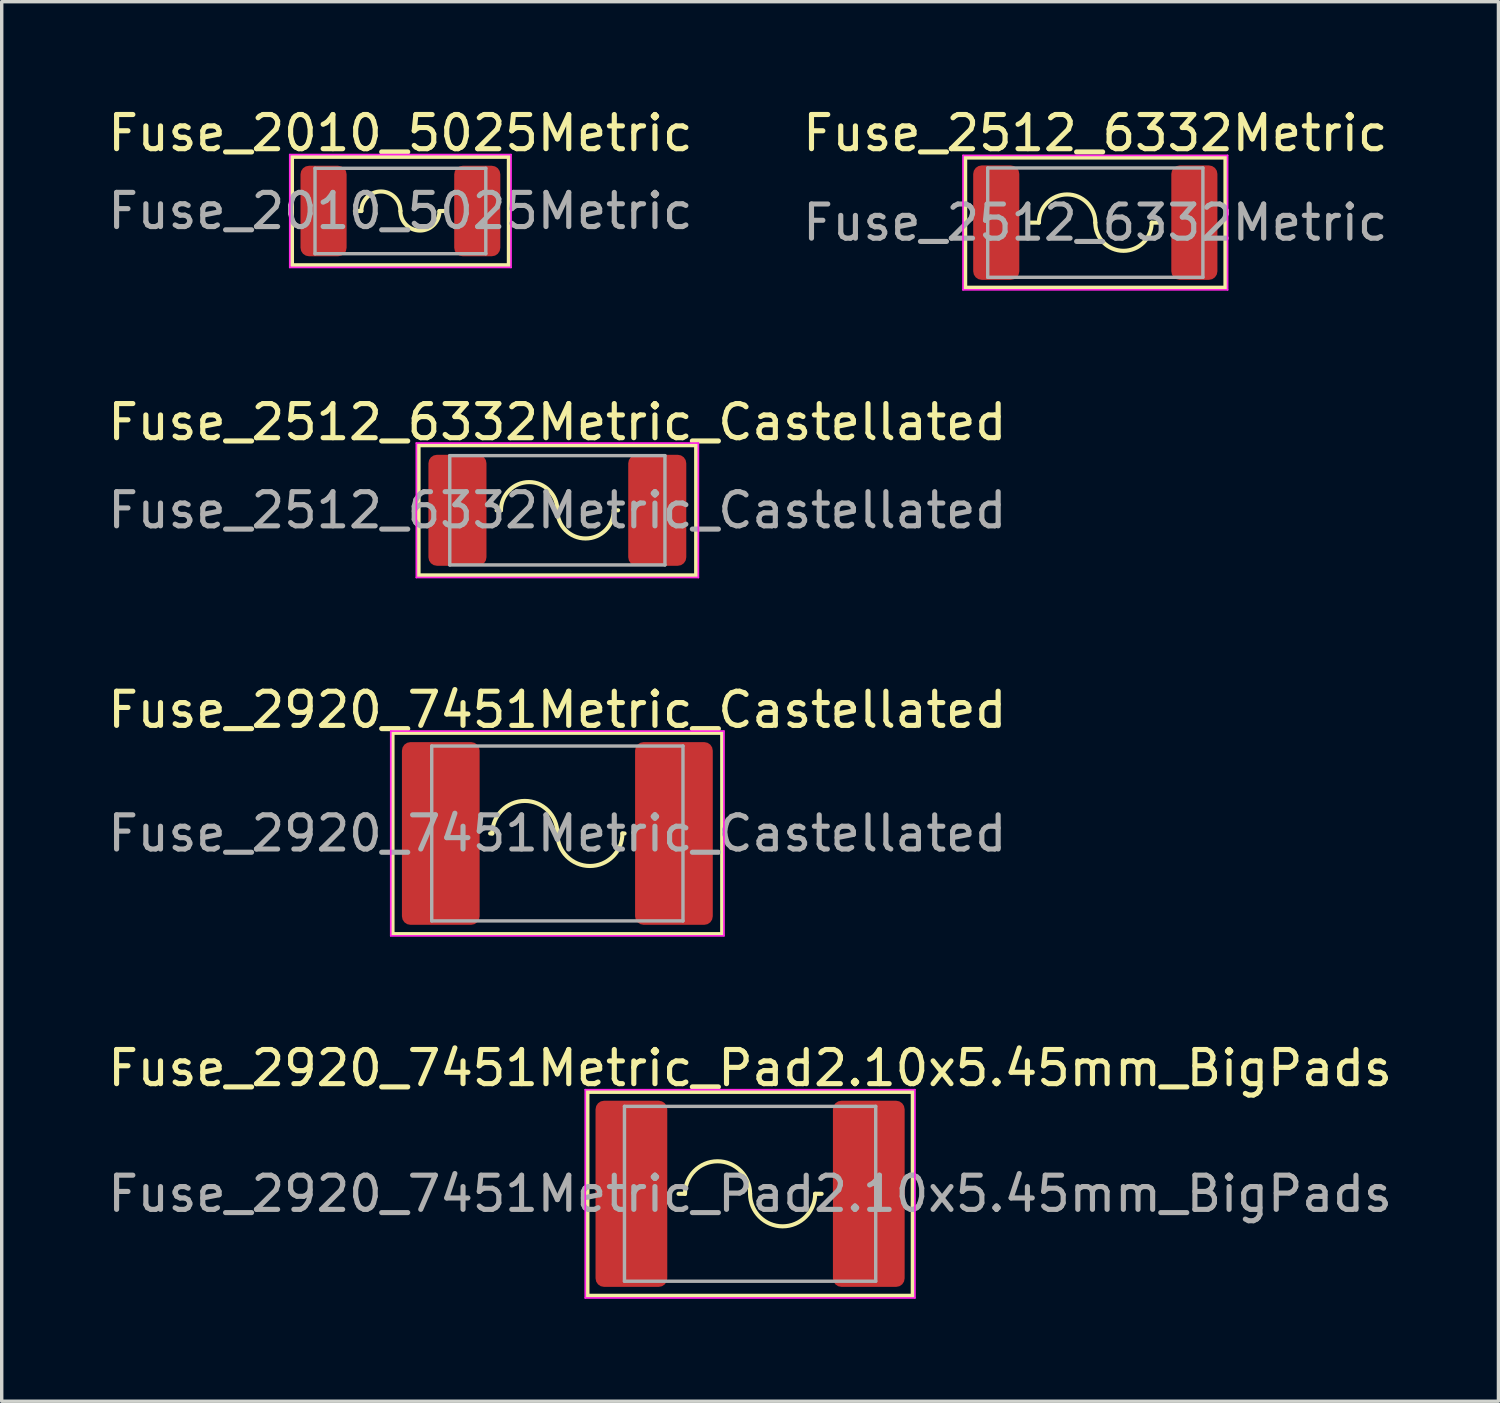
<source format=kicad_pcb>
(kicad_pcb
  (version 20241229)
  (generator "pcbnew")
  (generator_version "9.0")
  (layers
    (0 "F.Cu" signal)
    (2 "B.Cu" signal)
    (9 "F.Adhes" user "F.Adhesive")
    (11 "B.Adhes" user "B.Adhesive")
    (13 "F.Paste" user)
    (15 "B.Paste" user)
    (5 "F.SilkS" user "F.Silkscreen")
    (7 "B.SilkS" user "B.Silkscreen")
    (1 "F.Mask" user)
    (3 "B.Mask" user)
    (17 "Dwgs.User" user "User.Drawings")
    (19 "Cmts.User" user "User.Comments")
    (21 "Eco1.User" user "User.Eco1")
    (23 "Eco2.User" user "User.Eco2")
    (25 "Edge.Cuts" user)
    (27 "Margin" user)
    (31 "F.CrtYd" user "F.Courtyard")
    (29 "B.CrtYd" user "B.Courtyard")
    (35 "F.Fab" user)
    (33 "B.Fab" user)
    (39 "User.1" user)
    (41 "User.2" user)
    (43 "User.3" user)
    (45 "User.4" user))
  (footprint "Fuse_2512_6332Metric"
    (layer "F.Cu")
    (at 29.018 3.468)
    (property "Reference" "Fuse_2512_6332Metric" (at 0 -2.62 0) (layer "F.SilkS") (effects (font (size 1 1) (thickness 0.15))))
    (attr smd)
    (fp_line (start -3.81 -1.905) (end 3.81 -1.905) (stroke (width 0.12) (type solid)) (layer "F.SilkS"))
    (fp_line (start -3.81 1.905) (end -3.81 -1.905) (stroke (width 0.12) (type solid)) (layer "F.SilkS"))
    (fp_line (start -1.651 0) (end -1.905 0) (stroke (width 0.12) (type solid)) (layer "F.SilkS"))
    (fp_line (start 1.905 0) (end 1.651 0) (stroke (width 0.12) (type solid)) (layer "F.SilkS"))
    (fp_line (start 3.81 -1.905) (end 3.81 1.905) (stroke (width 0.12) (type solid)) (layer "F.SilkS"))
    (fp_line (start 3.81 1.905) (end -3.81 1.905) (stroke (width 0.12) (type solid)) (layer "F.SilkS"))
    (fp_arc (start -1.651 0) (mid -0.8255 -0.8255) (end 0 0) (stroke (width 0.12) (type solid)) (layer "F.SilkS"))
    (fp_arc (start 1.651 0) (mid 0.8255 0.8255) (end 0 0) (stroke (width 0.12) (type solid)) (layer "F.SilkS"))
    (fp_line (start -3.873 -1.968) (end 3.873 -1.968) (stroke (width 0.05) (type solid)) (layer "F.CrtYd"))
    (fp_line (start -3.873 1.968) (end -3.873 -1.968) (stroke (width 0.05) (type solid)) (layer "F.CrtYd"))
    (fp_line (start 3.873 -1.968) (end 3.873 1.968) (stroke (width 0.05) (type solid)) (layer "F.CrtYd"))
    (fp_line (start 3.873 1.968) (end -3.873 1.968) (stroke (width 0.05) (type solid)) (layer "F.CrtYd"))
    (fp_line (start -3.15 -1.6) (end 3.15 -1.6) (stroke (width 0.1) (type solid)) (layer "F.Fab"))
    (fp_line (start -3.15 1.6) (end -3.15 -1.6) (stroke (width 0.1) (type solid)) (layer "F.Fab"))
    (fp_line (start 3.15 -1.6) (end 3.15 1.6) (stroke (width 0.1) (type solid)) (layer "F.Fab"))
    (fp_line (start 3.15 1.6) (end -3.15 1.6) (stroke (width 0.1) (type solid)) (layer "F.Fab"))
    (fp_text user "${REFERENCE}" (at 0 0 0) (layer "F.Fab") (effects (font (size 1 1) (thickness 0.15))))
    (pad "1" smd roundrect (at -2.9 0) (size 1.35 3.35) (layers "F.Cu" "F.Mask" "F.Paste") (roundrect_rratio 0.185))
    (pad "2" smd roundrect (at 2.9 0) (size 1.35 3.35) (layers "F.Cu" "F.Mask" "F.Paste") (roundrect_rratio 0.185)))
  (footprint "Fuse_2512_6332Metric_Castellated"
    (layer "F.Cu")
    (at 13.268 11.89)
    (property "Reference" "Fuse_2512_6332Metric_Castellated" (at 0 -2.58 0) (layer "F.SilkS") (effects (font (size 1 1) (thickness 0.15))))
    (attr smd)
    (fp_line (start -4.064 -1.905) (end 4.064 -1.905) (stroke (width 0.12) (type solid)) (layer "F.SilkS"))
    (fp_line (start -4.064 1.905) (end -4.064 -1.905) (stroke (width 0.12) (type solid)) (layer "F.SilkS"))
    (fp_line (start -1.651 0) (end -1.778 0) (stroke (width 0.12) (type solid)) (layer "F.SilkS"))
    (fp_line (start 1.778 0) (end 1.651 0) (stroke (width 0.12) (type solid)) (layer "F.SilkS"))
    (fp_line (start 4.064 -1.905) (end 4.064 1.905) (stroke (width 0.12) (type solid)) (layer "F.SilkS"))
    (fp_line (start 4.064 1.905) (end -4.064 1.905) (stroke (width 0.12) (type solid)) (layer "F.SilkS"))
    (fp_arc (start -1.651 0) (mid -0.8255 -0.8255) (end 0 0) (stroke (width 0.12) (type solid)) (layer "F.SilkS"))
    (fp_arc (start 1.651 0) (mid 0.8255 0.8255) (end 0 0) (stroke (width 0.12) (type solid)) (layer "F.SilkS"))
    (fp_line (start -4.128 -1.968) (end 4.128 -1.968) (stroke (width 0.05) (type solid)) (layer "F.CrtYd"))
    (fp_line (start -4.128 1.968) (end -4.128 -1.968) (stroke (width 0.05) (type solid)) (layer "F.CrtYd"))
    (fp_line (start 4.128 -1.968) (end 4.128 1.968) (stroke (width 0.05) (type solid)) (layer "F.CrtYd"))
    (fp_line (start 4.128 1.968) (end -4.128 1.968) (stroke (width 0.05) (type solid)) (layer "F.CrtYd"))
    (fp_line (start -3.15 -1.6) (end 3.15 -1.6) (stroke (width 0.1) (type solid)) (layer "F.Fab"))
    (fp_line (start -3.15 1.6) (end -3.15 -1.6) (stroke (width 0.1) (type solid)) (layer "F.Fab"))
    (fp_line (start 3.15 -1.6) (end 3.15 1.6) (stroke (width 0.1) (type solid)) (layer "F.Fab"))
    (fp_line (start 3.15 1.6) (end -3.15 1.6) (stroke (width 0.1) (type solid)) (layer "F.Fab"))
    (fp_text user "${REFERENCE}" (at 0 0 0) (layer "F.Fab") (effects (font (size 1 1) (thickness 0.15))))
    (pad "1" smd roundrect (at -2.925 0) (size 1.7 3.25) (layers "F.Cu" "F.Mask" "F.Paste") (roundrect_rratio 0.147))
    (pad "2" smd roundrect (at 2.925 0) (size 1.7 3.25) (layers "F.Cu" "F.Mask" "F.Paste") (roundrect_rratio 0.147)))
  (footprint "Fuse_2010_5025Metric"
    (layer "F.Cu")
    (at 8.673 3.128)
    (property "Reference" "Fuse_2010_5025Metric" (at 0 -2.28 0) (layer "F.SilkS") (effects (font (size 1 1) (thickness 0.15))))
    (attr smd)
    (fp_line (start -3.175 -1.587) (end 3.175 -1.587) (stroke (width 0.12) (type solid)) (layer "F.SilkS"))
    (fp_line (start -3.175 1.587) (end -3.175 -1.587) (stroke (width 0.12) (type solid)) (layer "F.SilkS"))
    (fp_line (start -1.143 0) (end -1.333 0) (stroke (width 0.12) (type solid)) (layer "F.SilkS"))
    (fp_line (start 1.143 0) (end 1.333 0) (stroke (width 0.12) (type solid)) (layer "F.SilkS"))
    (fp_line (start 3.175 -1.587) (end 3.175 1.587) (stroke (width 0.12) (type solid)) (layer "F.SilkS"))
    (fp_line (start 3.175 1.587) (end -3.175 1.587) (stroke (width 0.12) (type solid)) (layer "F.SilkS"))
    (fp_arc (start -1.143 0) (mid -0.5715 -0.5715) (end 0 0) (stroke (width 0.12) (type solid)) (layer "F.SilkS"))
    (fp_arc (start 1.143 0) (mid 0.5715 0.5715) (end 0 0) (stroke (width 0.12) (type solid)) (layer "F.SilkS"))
    (fp_line (start -3.239 -1.651) (end 3.239 -1.651) (stroke (width 0.05) (type solid)) (layer "F.CrtYd"))
    (fp_line (start -3.239 1.651) (end -3.239 -1.651) (stroke (width 0.05) (type solid)) (layer "F.CrtYd"))
    (fp_line (start 3.239 -1.651) (end 3.239 1.651) (stroke (width 0.05) (type solid)) (layer "F.CrtYd"))
    (fp_line (start 3.239 1.651) (end -3.239 1.651) (stroke (width 0.05) (type solid)) (layer "F.CrtYd"))
    (fp_line (start -2.5 -1.25) (end 2.5 -1.25) (stroke (width 0.1) (type solid)) (layer "F.Fab"))
    (fp_line (start -2.5 1.25) (end -2.5 -1.25) (stroke (width 0.1) (type solid)) (layer "F.Fab"))
    (fp_line (start 2.5 -1.25) (end 2.5 1.25) (stroke (width 0.1) (type solid)) (layer "F.Fab"))
    (fp_line (start 2.5 1.25) (end -2.5 1.25) (stroke (width 0.1) (type solid)) (layer "F.Fab"))
    (fp_text user "${REFERENCE}" (at 0 0 0) (layer "F.Fab") (effects (font (size 1 1) (thickness 0.15))))
    (pad "1" smd roundrect (at -2.25 0) (size 1.35 2.65) (layers "F.Cu" "F.Mask" "F.Paste") (roundrect_rratio 0.185))
    (pad "2" smd roundrect (at 2.25 0) (size 1.35 2.65) (layers "F.Cu" "F.Mask" "F.Paste") (roundrect_rratio 0.185)))
  (footprint "Fuse_2920_7451Metric_Castellated"
    (layer "F.Cu")
    (at 13.268 21.352)
    (property "Reference" "Fuse_2920_7451Metric_Castellated" (at 0 -3.62 0) (layer "F.SilkS") (effects (font (size 1 1) (thickness 0.15))))
    (attr smd)
    (fp_line (start -4.826 -2.946) (end 4.826 -2.946) (stroke (width 0.12) (type solid)) (layer "F.SilkS"))
    (fp_line (start -4.826 2.946) (end -4.826 -2.946) (stroke (width 0.12) (type solid)) (layer "F.SilkS"))
    (fp_line (start -1.905 0) (end -1.968 0) (stroke (width 0.12) (type solid)) (layer "F.SilkS"))
    (fp_line (start 1.968 0) (end 1.905 0) (stroke (width 0.12) (type solid)) (layer "F.SilkS"))
    (fp_line (start 4.826 -2.946) (end 4.826 2.946) (stroke (width 0.12) (type solid)) (layer "F.SilkS"))
    (fp_line (start 4.826 2.946) (end -4.826 2.946) (stroke (width 0.12) (type solid)) (layer "F.SilkS"))
    (fp_arc (start -1.905 0) (mid -0.9525 -0.9525) (end 0 0) (stroke (width 0.12) (type solid)) (layer "F.SilkS"))
    (fp_arc (start 1.905 0) (mid 0.9525 0.9525) (end 0 0) (stroke (width 0.12) (type solid)) (layer "F.SilkS"))
    (fp_line (start -4.877 -2.997) (end 4.877 -2.997) (stroke (width 0.05) (type solid)) (layer "F.CrtYd"))
    (fp_line (start -4.877 2.997) (end -4.877 -2.997) (stroke (width 0.05) (type solid)) (layer "F.CrtYd"))
    (fp_line (start 4.877 -2.997) (end 4.877 2.997) (stroke (width 0.05) (type solid)) (layer "F.CrtYd"))
    (fp_line (start 4.877 2.997) (end -4.877 2.997) (stroke (width 0.05) (type solid)) (layer "F.CrtYd"))
    (fp_line (start -3.678 -2.56) (end 3.678 -2.56) (stroke (width 0.1) (type solid)) (layer "F.Fab"))
    (fp_line (start -3.678 2.56) (end -3.678 -2.56) (stroke (width 0.1) (type solid)) (layer "F.Fab"))
    (fp_line (start 3.678 -2.56) (end 3.678 2.56) (stroke (width 0.1) (type solid)) (layer "F.Fab"))
    (fp_line (start 3.678 2.56) (end -3.678 2.56) (stroke (width 0.1) (type solid)) (layer "F.Fab"))
    (fp_text user "${REFERENCE}" (at 0 0 0) (layer "F.Fab") (effects (font (size 1 1) (thickness 0.15))))
    (pad "1" smd roundrect (at -3.413 0) (size 2.275 5.35) (layers "F.Cu" "F.Mask" "F.Paste") (roundrect_rratio 0.11))
    (pad "2" smd roundrect (at 3.413 0) (size 2.275 5.35) (layers "F.Cu" "F.Mask" "F.Paste") (roundrect_rratio 0.11)))
  (footprint "Fuse_2920_7451Metric_Pad2.10x5.45mm_BigPads"
    (layer "F.Cu")
    (at 18.911 31.902)
    (property "Reference" "Fuse_2920_7451Metric_Pad2.10x5.45mm_BigPads" (at 0 -3.68 0) (layer "F.SilkS") (effects (font (size 1 1) (thickness 0.15))))
    (attr smd)
    (fp_line (start -4.763 -2.985) (end 4.763 -2.985) (stroke (width 0.12) (type solid)) (layer "F.SilkS"))
    (fp_line (start -4.763 2.985) (end -4.763 -2.985) (stroke (width 0.12) (type solid)) (layer "F.SilkS"))
    (fp_line (start -1.905 0) (end -2.095 0) (stroke (width 0.12) (type solid)) (layer "F.SilkS"))
    (fp_line (start 2.095 0) (end 1.905 0) (stroke (width 0.12) (type solid)) (layer "F.SilkS"))
    (fp_line (start 4.763 -2.985) (end 4.763 2.985) (stroke (width 0.12) (type solid)) (layer "F.SilkS"))
    (fp_line (start 4.763 2.985) (end -4.763 2.985) (stroke (width 0.12) (type solid)) (layer "F.SilkS"))
    (fp_arc (start -1.905 0) (mid -0.9525 -0.9525) (end 0 0) (stroke (width 0.12) (type solid)) (layer "F.SilkS"))
    (fp_arc (start 1.905 0) (mid 0.9525 0.9525) (end 0 0) (stroke (width 0.12) (type solid)) (layer "F.SilkS"))
    (fp_line (start -4.826 -3.048) (end 4.826 -3.048) (stroke (width 0.05) (type solid)) (layer "F.CrtYd"))
    (fp_line (start -4.826 3.048) (end -4.826 -3.048) (stroke (width 0.05) (type solid)) (layer "F.CrtYd"))
    (fp_line (start 4.826 -3.048) (end 4.826 3.048) (stroke (width 0.05) (type solid)) (layer "F.CrtYd"))
    (fp_line (start 4.826 3.048) (end -4.826 3.048) (stroke (width 0.05) (type solid)) (layer "F.CrtYd"))
    (fp_line (start -3.678 -2.56) (end 3.678 -2.56) (stroke (width 0.1) (type solid)) (layer "F.Fab"))
    (fp_line (start -3.678 2.56) (end -3.678 -2.56) (stroke (width 0.1) (type solid)) (layer "F.Fab"))
    (fp_line (start 3.678 -2.56) (end 3.678 2.56) (stroke (width 0.1) (type solid)) (layer "F.Fab"))
    (fp_line (start 3.678 2.56) (end -3.678 2.56) (stroke (width 0.1) (type solid)) (layer "F.Fab"))
    (fp_text user "${REFERENCE}" (at 0 0 0) (layer "F.Fab") (effects (font (size 1 1) (thickness 0.15))))
    (pad "1" smd roundrect (at -3.475 0) (size 2.1 5.45) (layers "F.Cu" "F.Mask" "F.Paste") (roundrect_rratio 0.119))
    (pad "2" smd roundrect (at 3.475 0) (size 2.1 5.45) (layers "F.Cu" "F.Mask" "F.Paste") (roundrect_rratio 0.119)))
  (gr_rect
    (start -3 -3)
    (end 40.821 37.975)
    (stroke (width 0.1) (type default))
    (fill no)
    (layer "Edge.Cuts")))
</source>
